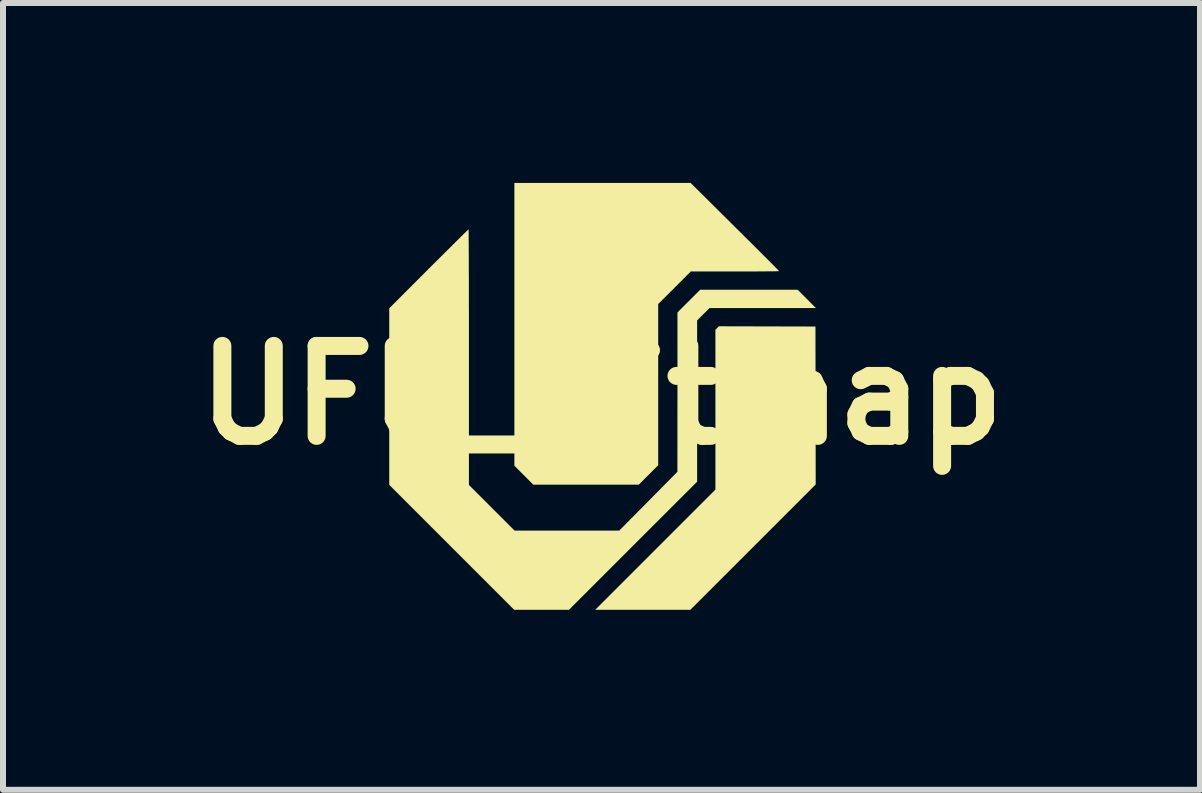
<source format=kicad_pcb>
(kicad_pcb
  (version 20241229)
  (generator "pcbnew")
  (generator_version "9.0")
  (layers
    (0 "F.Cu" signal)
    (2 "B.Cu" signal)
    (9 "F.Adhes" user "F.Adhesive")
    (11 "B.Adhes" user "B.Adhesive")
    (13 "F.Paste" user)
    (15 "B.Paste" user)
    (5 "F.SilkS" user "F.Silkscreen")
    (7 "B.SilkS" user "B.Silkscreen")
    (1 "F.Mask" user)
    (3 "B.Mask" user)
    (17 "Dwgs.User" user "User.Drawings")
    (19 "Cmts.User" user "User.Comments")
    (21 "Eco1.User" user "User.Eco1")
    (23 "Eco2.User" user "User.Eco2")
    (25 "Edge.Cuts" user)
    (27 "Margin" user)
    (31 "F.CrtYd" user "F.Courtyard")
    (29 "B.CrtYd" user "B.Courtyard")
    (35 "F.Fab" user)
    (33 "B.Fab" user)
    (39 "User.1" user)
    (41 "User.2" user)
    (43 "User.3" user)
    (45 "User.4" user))
  (footprint "UFU_Bitmap"
    (layer "F.Cu")
    (at 6.979 3.539)
    (property "Reference" "UFU_Bitmap" (at 0 0 0) (layer "F.SilkS") (effects (font (size 1.5 1.5) (thickness 0.3))))
    (attr board_only exclude_from_pos_files exclude_from_bom)
    (fp_poly (pts (xy 2.762 -1.147) (xy 3.567 -1.145) (xy 3.569 0.172) (xy 3.571 1.488) (xy 2.526 2.533) (xy 1.481 3.578) (xy 0.688 3.578) (xy -0.105 3.578) (xy 0.897 2.576) (xy 1.899 1.574) (xy 1.899 0.242) (xy 1.899 -1.091) (xy 1.928 -1.12) (xy 1.958 -1.149)) (stroke (width 0) (type solid)) (fill yes) (layer "F.SilkS"))
    (fp_poly (pts (xy 2.223 -2.807) (xy 2.313 -2.718) (xy 2.399 -2.632) (xy 2.482 -2.55) (xy 2.56 -2.472) (xy 2.633 -2.399) (xy 2.701 -2.331) (xy 2.762 -2.27) (xy 2.816 -2.216) (xy 2.863 -2.169) (xy 2.901 -2.13) (xy 2.931 -2.1) (xy 2.951 -2.08) (xy 2.96 -2.07) (xy 2.961 -2.068) (xy 2.953 -2.068) (xy 2.931 -2.067) (xy 2.896 -2.066) (xy 2.848 -2.065) (xy 2.788 -2.065) (xy 2.719 -2.064) (xy 2.64 -2.064) (xy 2.553 -2.063) (xy 2.459 -2.063) (xy 2.359 -2.063) (xy 2.255 -2.063) (xy 2.225 -2.063) (xy 1.488 -2.063) (xy 1.217 -1.791) (xy 0.945 -1.52) (xy 0.945 -0.176) (xy 0.945 1.168) (xy 0.783 1.33) (xy 0.621 1.492) (xy -0.258 1.492) (xy -1.137 1.492) (xy -1.295 1.334) (xy -1.453 1.176) (xy -1.453 -1.182) (xy -1.453 -3.539) (xy 0.016 -3.539) (xy 1.486 -3.539)) (stroke (width 0) (type solid)) (fill yes) (layer "F.SilkS"))
    (fp_poly (pts (xy -2.216 -2.758) (xy -2.216 -2.735) (xy -2.215 -2.698) (xy -2.215 -2.648) (xy -2.215 -2.584) (xy -2.214 -2.507) (xy -2.214 -2.419) (xy -2.213 -2.32) (xy -2.213 -2.21) (xy -2.213 -2.09) (xy -2.212 -1.961) (xy -2.212 -1.823) (xy -2.212 -1.677) (xy -2.212 -1.524) (xy -2.211 -1.364) (xy -2.211 -1.198) (xy -2.211 -1.026) (xy -2.211 -0.85) (xy -2.211 -0.669) (xy -2.211 -0.635) (xy -2.211 1.496) (xy -1.83 1.877) (xy -1.449 2.258) (xy -0.577 2.258) (xy 0.295 2.258) (xy 0.78 1.768) (xy 1.265 1.277) (xy 1.266 -0.051) (xy 1.266 -1.379) (xy 1.455 -1.569) (xy 1.645 -1.758) (xy 2.457 -1.758) (xy 3.27 -1.758) (xy 3.422 -1.606) (xy 3.574 -1.453) (xy 2.687 -1.453) (xy 1.801 -1.453) (xy 1.697 -1.35) (xy 1.594 -1.246) (xy 1.594 0.098) (xy 1.594 1.442) (xy 0.525 2.51) (xy -0.543 3.578) (xy -1 3.578) (xy -1.457 3.578) (xy -2.498 2.537) (xy -3.539 1.496) (xy -3.539 0.023) (xy -3.539 -1.449) (xy -2.881 -2.108) (xy -2.797 -2.192) (xy -2.715 -2.273) (xy -2.638 -2.35) (xy -2.564 -2.423) (xy -2.496 -2.491) (xy -2.434 -2.553) (xy -2.378 -2.608) (xy -2.33 -2.656) (xy -2.289 -2.697) (xy -2.256 -2.728) (xy -2.233 -2.751) (xy -2.22 -2.763) (xy -2.217 -2.766)) (stroke (width 0) (type solid)) (fill yes) (layer "F.SilkS")))
  (gr_rect
    (start -3 -3)
    (end 16.957 10.118)
    (stroke (width 0.1) (type default))
    (fill no)
    (layer "Edge.Cuts")))
</source>
